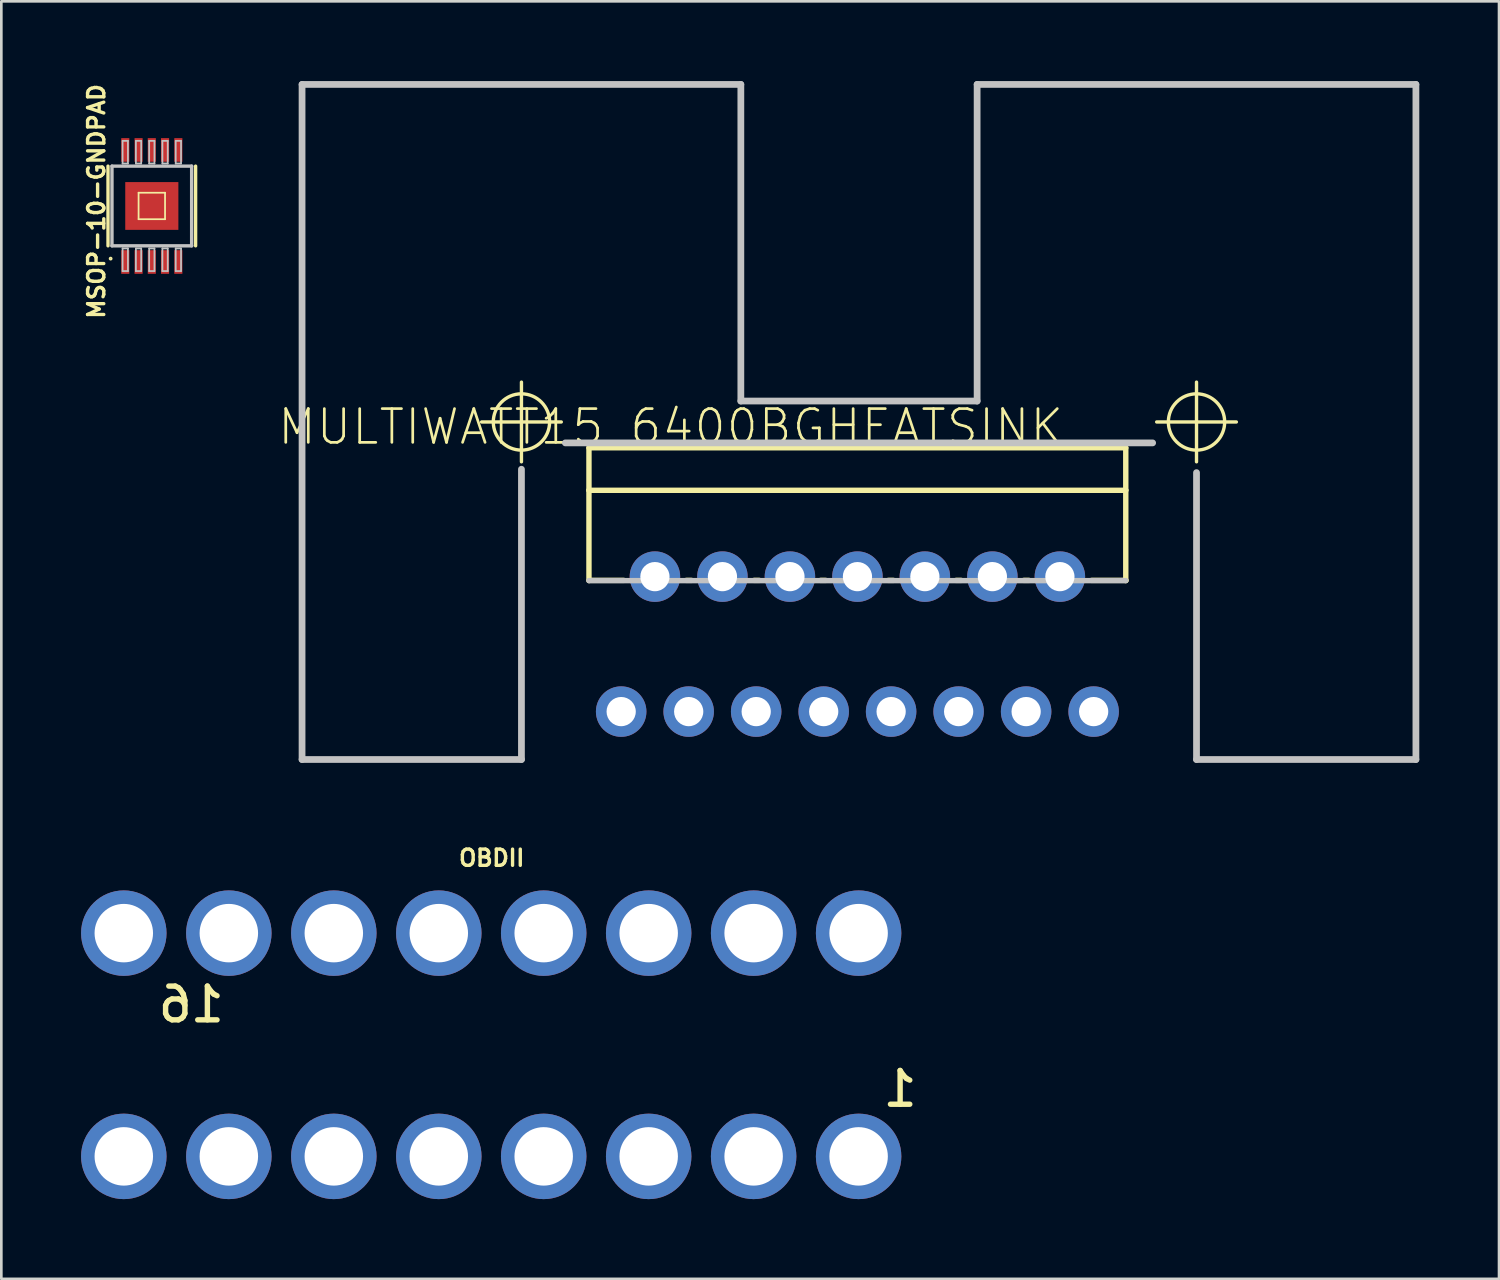
<source format=kicad_pcb>
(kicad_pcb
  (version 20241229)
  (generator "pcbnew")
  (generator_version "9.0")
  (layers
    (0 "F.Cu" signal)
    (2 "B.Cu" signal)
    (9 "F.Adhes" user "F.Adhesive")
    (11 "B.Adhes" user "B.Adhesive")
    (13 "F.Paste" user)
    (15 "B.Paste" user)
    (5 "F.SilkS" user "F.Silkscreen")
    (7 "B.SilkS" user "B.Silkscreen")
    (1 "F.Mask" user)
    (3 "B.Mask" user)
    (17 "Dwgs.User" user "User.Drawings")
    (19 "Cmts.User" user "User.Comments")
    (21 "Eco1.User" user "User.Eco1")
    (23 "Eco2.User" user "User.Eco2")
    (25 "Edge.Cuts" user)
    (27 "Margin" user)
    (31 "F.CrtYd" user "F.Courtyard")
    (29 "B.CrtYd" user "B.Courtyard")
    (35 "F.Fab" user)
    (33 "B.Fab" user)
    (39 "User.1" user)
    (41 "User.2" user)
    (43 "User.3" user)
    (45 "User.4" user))
  (footprint "MSOP-10-GNDPAD"
    (layer "F.Cu")
    (at 2.662 4.7)
    (property "Reference" "MSOP-10-GNDPAD" (at -2.083 -0.173 90) (layer "F.SilkS") (effects (font (size 0.61 0.61) (thickness 0.127))))
    (attr smd)
    (fp_line (start -1.648 -1.499) (end -1.648 1.499) (stroke (width 0.127) (type solid)) (layer "F.SilkS"))
    (fp_line (start -0.498 -0.498) (end 0.498 -0.498) (stroke (width 0.066) (type solid)) (layer "F.SilkS"))
    (fp_line (start -0.498 0.498) (end -0.498 -0.498) (stroke (width 0.066) (type solid)) (layer "F.SilkS"))
    (fp_line (start -0.498 0.498) (end 0.498 0.498) (stroke (width 0.066) (type solid)) (layer "F.SilkS"))
    (fp_line (start 0.498 0.498) (end 0.498 -0.498) (stroke (width 0.066) (type solid)) (layer "F.SilkS"))
    (fp_line (start 1.648 -1.499) (end 1.648 1.499) (stroke (width 0.127) (type solid)) (layer "F.SilkS"))
    (fp_circle (center -1.549 1.981) (end -1.577 2.009) (stroke (width 0.064) (type solid)) (fill no) (layer "F.SilkS"))
    (fp_line (start -1.499 -1.499) (end -1.499 1.499) (stroke (width 0.127) (type solid)) (layer "Dwgs.User"))
    (fp_line (start -1.499 1.499) (end 1.499 1.499) (stroke (width 0.127) (type solid)) (layer "Dwgs.User"))
    (fp_line (start -1.1 -2.449) (end -0.899 -2.449) (stroke (width 0.066) (type solid)) (layer "Dwgs.User"))
    (fp_line (start -1.1 -1.598) (end -1.1 -2.449) (stroke (width 0.066) (type solid)) (layer "Dwgs.User"))
    (fp_line (start -1.1 -1.598) (end -0.899 -1.598) (stroke (width 0.066) (type solid)) (layer "Dwgs.User"))
    (fp_line (start -1.1 1.598) (end -0.899 1.598) (stroke (width 0.066) (type solid)) (layer "Dwgs.User"))
    (fp_line (start -1.1 2.449) (end -1.1 1.598) (stroke (width 0.066) (type solid)) (layer "Dwgs.User"))
    (fp_line (start -1.1 2.449) (end -0.899 2.449) (stroke (width 0.066) (type solid)) (layer "Dwgs.User"))
    (fp_line (start -0.899 -1.598) (end -0.899 -2.449) (stroke (width 0.066) (type solid)) (layer "Dwgs.User"))
    (fp_line (start -0.899 2.449) (end -0.899 1.598) (stroke (width 0.066) (type solid)) (layer "Dwgs.User"))
    (fp_line (start -0.599 -2.449) (end -0.399 -2.449) (stroke (width 0.066) (type solid)) (layer "Dwgs.User"))
    (fp_line (start -0.599 -1.598) (end -0.599 -2.449) (stroke (width 0.066) (type solid)) (layer "Dwgs.User"))
    (fp_line (start -0.599 -1.598) (end -0.399 -1.598) (stroke (width 0.066) (type solid)) (layer "Dwgs.User"))
    (fp_line (start -0.599 1.598) (end -0.399 1.598) (stroke (width 0.066) (type solid)) (layer "Dwgs.User"))
    (fp_line (start -0.599 2.449) (end -0.599 1.598) (stroke (width 0.066) (type solid)) (layer "Dwgs.User"))
    (fp_line (start -0.599 2.449) (end -0.399 2.449) (stroke (width 0.066) (type solid)) (layer "Dwgs.User"))
    (fp_line (start -0.399 -1.598) (end -0.399 -2.449) (stroke (width 0.066) (type solid)) (layer "Dwgs.User"))
    (fp_line (start -0.399 2.449) (end -0.399 1.598) (stroke (width 0.066) (type solid)) (layer "Dwgs.User"))
    (fp_line (start -0.099 -2.449) (end 0.099 -2.449) (stroke (width 0.066) (type solid)) (layer "Dwgs.User"))
    (fp_line (start -0.099 -1.598) (end -0.099 -2.449) (stroke (width 0.066) (type solid)) (layer "Dwgs.User"))
    (fp_line (start -0.099 -1.598) (end 0.099 -1.598) (stroke (width 0.066) (type solid)) (layer "Dwgs.User"))
    (fp_line (start -0.099 1.598) (end 0.099 1.598) (stroke (width 0.066) (type solid)) (layer "Dwgs.User"))
    (fp_line (start -0.099 2.449) (end -0.099 1.598) (stroke (width 0.066) (type solid)) (layer "Dwgs.User"))
    (fp_line (start -0.099 2.449) (end 0.099 2.449) (stroke (width 0.066) (type solid)) (layer "Dwgs.User"))
    (fp_line (start 0.099 -1.598) (end 0.099 -2.449) (stroke (width 0.066) (type solid)) (layer "Dwgs.User"))
    (fp_line (start 0.099 2.449) (end 0.099 1.598) (stroke (width 0.066) (type solid)) (layer "Dwgs.User"))
    (fp_line (start 0.399 -2.449) (end 0.599 -2.449) (stroke (width 0.066) (type solid)) (layer "Dwgs.User"))
    (fp_line (start 0.399 -1.598) (end 0.399 -2.449) (stroke (width 0.066) (type solid)) (layer "Dwgs.User"))
    (fp_line (start 0.399 -1.598) (end 0.599 -1.598) (stroke (width 0.066) (type solid)) (layer "Dwgs.User"))
    (fp_line (start 0.399 1.598) (end 0.599 1.598) (stroke (width 0.066) (type solid)) (layer "Dwgs.User"))
    (fp_line (start 0.399 2.449) (end 0.399 1.598) (stroke (width 0.066) (type solid)) (layer "Dwgs.User"))
    (fp_line (start 0.399 2.449) (end 0.599 2.449) (stroke (width 0.066) (type solid)) (layer "Dwgs.User"))
    (fp_line (start 0.599 -1.598) (end 0.599 -2.449) (stroke (width 0.066) (type solid)) (layer "Dwgs.User"))
    (fp_line (start 0.599 2.449) (end 0.599 1.598) (stroke (width 0.066) (type solid)) (layer "Dwgs.User"))
    (fp_line (start 0.899 -2.449) (end 1.1 -2.449) (stroke (width 0.066) (type solid)) (layer "Dwgs.User"))
    (fp_line (start 0.899 -1.598) (end 0.899 -2.449) (stroke (width 0.066) (type solid)) (layer "Dwgs.User"))
    (fp_line (start 0.899 -1.598) (end 1.1 -1.598) (stroke (width 0.066) (type solid)) (layer "Dwgs.User"))
    (fp_line (start 0.899 1.598) (end 1.1 1.598) (stroke (width 0.066) (type solid)) (layer "Dwgs.User"))
    (fp_line (start 0.899 2.449) (end 0.899 1.598) (stroke (width 0.066) (type solid)) (layer "Dwgs.User"))
    (fp_line (start 0.899 2.449) (end 1.1 2.449) (stroke (width 0.066) (type solid)) (layer "Dwgs.User"))
    (fp_line (start 1.1 -1.598) (end 1.1 -2.449) (stroke (width 0.066) (type solid)) (layer "Dwgs.User"))
    (fp_line (start 1.1 2.449) (end 1.1 1.598) (stroke (width 0.066) (type solid)) (layer "Dwgs.User"))
    (fp_line (start 1.499 -1.499) (end -1.499 -1.499) (stroke (width 0.127) (type solid)) (layer "Dwgs.User"))
    (fp_line (start 1.499 1.499) (end 1.499 -1.499) (stroke (width 0.127) (type solid)) (layer "Dwgs.User"))
    (pad "1" smd rect (at -0.998 2.108) (size 0.305 0.889) (layers "F.Cu" "F.Mask" "F.Paste"))
    (pad "2" smd rect (at -0.498 2.108) (size 0.305 0.889) (layers "F.Cu" "F.Mask" "F.Paste"))
    (pad "3" smd rect (at 0 2.108) (size 0.305 0.889) (layers "F.Cu" "F.Mask" "F.Paste"))
    (pad "4" smd rect (at 0.498 2.108) (size 0.305 0.889) (layers "F.Cu" "F.Mask" "F.Paste"))
    (pad "5" smd rect (at 0.998 2.108) (size 0.305 0.889) (layers "F.Cu" "F.Mask" "F.Paste"))
    (pad "6" smd rect (at 0.998 -2.108) (size 0.305 0.889) (layers "F.Cu" "F.Mask" "F.Paste"))
    (pad "7" smd rect (at 0.498 -2.108) (size 0.305 0.889) (layers "F.Cu" "F.Mask" "F.Paste"))
    (pad "8" smd rect (at 0 -2.108) (size 0.305 0.889) (layers "F.Cu" "F.Mask" "F.Paste"))
    (pad "9" smd rect (at -0.498 -2.108) (size 0.305 0.889) (layers "F.Cu" "F.Mask" "F.Paste"))
    (pad "10" smd rect (at -0.998 -2.108) (size 0.305 0.889) (layers "F.Cu" "F.Mask" "F.Paste"))
    (pad "GND" smd rect (at 0 0 180) (size 1.999 1.798) (layers "F.Cu" "F.Mask" "F.Paste")))
  (footprint "MULTIWATT15_6400BGHEATSINK"
    (layer "F.Cu")
    (at 29.27 21.336)
    (property "Reference" "MULTIWATT15_6400BGHEATSINK" (at -7.084 -8.324 0) (layer "F.SilkS") (effects (font (size 1.27 1.27) (thickness 0.102))))
    (attr exclude_from_pos_files exclude_from_bom)
    (fp_line (start -14.199 -8.509) (end -11.201 -8.509) (stroke (width 0.127) (type solid)) (layer "F.SilkS"))
    (fp_line (start -12.7 -7.01) (end -12.7 -10.008) (stroke (width 0.127) (type solid)) (layer "F.SilkS"))
    (fp_line (start -10.16 -7.539) (end 10.038 -7.539) (stroke (width 0.203) (type solid)) (layer "F.SilkS"))
    (fp_line (start -10.16 -5.939) (end -10.16 -7.539) (stroke (width 0.203) (type solid)) (layer "F.SilkS"))
    (fp_line (start -10.16 -5.939) (end 10.038 -5.939) (stroke (width 0.203) (type solid)) (layer "F.SilkS"))
    (fp_line (start -10.16 -2.54) (end -10.16 -5.939) (stroke (width 0.203) (type solid)) (layer "F.SilkS"))
    (fp_line (start -10.15 -2.548) (end -8.849 -2.548) (stroke (width 0.203) (type solid)) (layer "F.SilkS"))
    (fp_line (start -6.5 -2.548) (end -6.299 -2.548) (stroke (width 0.203) (type solid)) (layer "F.SilkS"))
    (fp_line (start -3.95 -2.548) (end -3.749 -2.548) (stroke (width 0.203) (type solid)) (layer "F.SilkS"))
    (fp_line (start -1.448 -2.548) (end -1.25 -2.548) (stroke (width 0.203) (type solid)) (layer "F.SilkS"))
    (fp_line (start 1.1 -2.548) (end 1.298 -2.548) (stroke (width 0.203) (type solid)) (layer "F.SilkS"))
    (fp_line (start 3.65 -2.548) (end 3.848 -2.548) (stroke (width 0.203) (type solid)) (layer "F.SilkS"))
    (fp_line (start 6.198 -2.548) (end 6.398 -2.548) (stroke (width 0.203) (type solid)) (layer "F.SilkS"))
    (fp_line (start 10.038 -7.539) (end 10.038 -5.939) (stroke (width 0.203) (type solid)) (layer "F.SilkS"))
    (fp_line (start 10.038 -5.939) (end 10.038 -2.54) (stroke (width 0.203) (type solid)) (layer "F.SilkS"))
    (fp_line (start 10.048 -2.548) (end 8.748 -2.548) (stroke (width 0.203) (type solid)) (layer "F.SilkS"))
    (fp_line (start 11.201 -8.509) (end 14.199 -8.509) (stroke (width 0.127) (type solid)) (layer "F.SilkS"))
    (fp_line (start 12.7 -7.01) (end 12.7 -10.008) (stroke (width 0.127) (type solid)) (layer "F.SilkS"))
    (fp_circle (center -12.7 -8.509) (end -13.449 -9.258) (stroke (width 0.127) (type solid)) (fill no) (layer "F.SilkS"))
    (fp_circle (center 12.7 -8.509) (end 13.449 -9.258) (stroke (width 0.127) (type solid)) (fill no) (layer "F.SilkS"))
    (fp_line (start -20.955 -21.209) (end -4.445 -21.209) (stroke (width 0.254) (type solid)) (layer "Dwgs.User"))
    (fp_line (start -20.955 4.191) (end -20.955 -21.209) (stroke (width 0.254) (type solid)) (layer "Dwgs.User"))
    (fp_line (start -12.7 -6.731) (end -12.7 4.191) (stroke (width 0.254) (type solid)) (layer "Dwgs.User"))
    (fp_line (start -12.7 4.191) (end -20.955 4.191) (stroke (width 0.254) (type solid)) (layer "Dwgs.User"))
    (fp_line (start -11.049 -7.722) (end 11.049 -7.722) (stroke (width 0.254) (type solid)) (layer "Dwgs.User"))
    (fp_line (start -4.445 -21.209) (end -4.445 -9.296) (stroke (width 0.254) (type solid)) (layer "Dwgs.User"))
    (fp_line (start -4.445 -9.296) (end 4.445 -9.296) (stroke (width 0.254) (type solid)) (layer "Dwgs.User"))
    (fp_line (start 4.445 -21.209) (end 20.955 -21.209) (stroke (width 0.254) (type solid)) (layer "Dwgs.User"))
    (fp_line (start 4.445 -9.296) (end 4.445 -21.209) (stroke (width 0.254) (type solid)) (layer "Dwgs.User"))
    (fp_line (start 10.038 -2.54) (end -10.16 -2.54) (stroke (width 0.203) (type solid)) (layer "Dwgs.User"))
    (fp_line (start 12.7 -6.604) (end 12.7 4.191) (stroke (width 0.254) (type solid)) (layer "Dwgs.User"))
    (fp_line (start 12.7 4.191) (end 20.955 4.191) (stroke (width 0.254) (type solid)) (layer "Dwgs.User"))
    (fp_line (start 20.955 4.191) (end 20.955 -21.209) (stroke (width 0.254) (type solid)) (layer "Dwgs.User"))
    (pad "1" thru_hole circle (at -8.948 2.388) (size 1.9 1.9) (drill 1.1) (layers "*.Cu" "*.Paste" "*.Mask"))
    (pad "2" thru_hole circle (at -7.678 -2.69) (size 1.9 1.9) (drill 1.1) (layers "*.Cu" "*.Paste" "*.Mask"))
    (pad "3" thru_hole circle (at -6.408 2.388) (size 1.9 1.9) (drill 1.1) (layers "*.Cu" "*.Paste" "*.Mask"))
    (pad "4" thru_hole circle (at -5.138 -2.69) (size 1.9 1.9) (drill 1.1) (layers "*.Cu" "*.Paste" "*.Mask"))
    (pad "5" thru_hole circle (at -3.868 2.388) (size 1.9 1.9) (drill 1.1) (layers "*.Cu" "*.Paste" "*.Mask"))
    (pad "6" thru_hole circle (at -2.598 -2.69) (size 1.9 1.9) (drill 1.1) (layers "*.Cu" "*.Paste" "*.Mask"))
    (pad "7" thru_hole circle (at -1.328 2.388) (size 1.9 1.9) (drill 1.1) (layers "*.Cu" "*.Paste" "*.Mask"))
    (pad "8" thru_hole circle (at -0.058 -2.69) (size 1.9 1.9) (drill 1.1) (layers "*.Cu" "*.Paste" "*.Mask"))
    (pad "9" thru_hole circle (at 1.209 2.388) (size 1.9 1.9) (drill 1.1) (layers "*.Cu" "*.Paste" "*.Mask"))
    (pad "10" thru_hole circle (at 2.479 -2.69) (size 1.9 1.9) (drill 1.1) (layers "*.Cu" "*.Paste" "*.Mask"))
    (pad "11" thru_hole circle (at 3.749 2.388) (size 1.9 1.9) (drill 1.1) (layers "*.Cu" "*.Paste" "*.Mask"))
    (pad "12" thru_hole circle (at 5.019 -2.69) (size 1.9 1.9) (drill 1.1) (layers "*.Cu" "*.Paste" "*.Mask"))
    (pad "13" thru_hole circle (at 6.289 2.388) (size 1.9 1.9) (drill 1.1) (layers "*.Cu" "*.Paste" "*.Mask"))
    (pad "14" thru_hole circle (at 7.559 -2.69) (size 1.9 1.9) (drill 1.1) (layers "*.Cu" "*.Paste" "*.Mask"))
    (pad "15" thru_hole circle (at 8.829 2.388) (size 1.9 1.9) (drill 1.1) (layers "*.Cu" "*.Paste" "*.Mask")))
  (footprint "OBDII"
    (layer "F.Cu")
    (at 15.578 36.65)
    (property "Reference" "OBDII" (at -0.127 -7.417 0) (layer "F.SilkS") (effects (font (size 0.61 0.61) (thickness 0.127))))
    (attr exclude_from_pos_files exclude_from_bom)
    (fp_text user "1" (at 15.24 1.27 0) (layer "F.SilkS") (effects (font (size 1.27 1.27) (thickness 0.203)) (justify mirror)))
    (fp_text user "16" (at -11.43 -1.905 0) (layer "F.SilkS") (effects (font (size 1.27 1.27) (thickness 0.203)) (justify mirror)))
    (pad "1" thru_hole circle (at 13.678 3.81) (size 3.216 3.216) (drill 2.2) (layers "*.Cu" "*.Paste" "*.Mask"))
    (pad "2" thru_hole circle (at 9.728 3.81) (size 3.216 3.216) (drill 2.2) (layers "*.Cu" "*.Paste" "*.Mask"))
    (pad "3" thru_hole circle (at 5.779 3.81) (size 3.216 3.216) (drill 2.2) (layers "*.Cu" "*.Paste" "*.Mask"))
    (pad "4" thru_hole circle (at 1.829 3.81) (size 3.216 3.216) (drill 2.2) (layers "*.Cu" "*.Paste" "*.Mask"))
    (pad "5" thru_hole circle (at -2.118 3.81) (size 3.216 3.216) (drill 2.2) (layers "*.Cu" "*.Paste" "*.Mask"))
    (pad "6" thru_hole circle (at -6.068 3.81) (size 3.216 3.216) (drill 2.2) (layers "*.Cu" "*.Paste" "*.Mask"))
    (pad "7" thru_hole circle (at -10.018 3.81) (size 3.216 3.216) (drill 2.2) (layers "*.Cu" "*.Paste" "*.Mask"))
    (pad "8" thru_hole circle (at -13.97 3.81) (size 3.216 3.216) (drill 2.2) (layers "*.Cu" "*.Paste" "*.Mask"))
    (pad "9" thru_hole circle (at 13.678 -4.59) (size 3.216 3.216) (drill 2.2) (layers "*.Cu" "*.Paste" "*.Mask"))
    (pad "10" thru_hole circle (at 9.728 -4.59) (size 3.216 3.216) (drill 2.2) (layers "*.Cu" "*.Paste" "*.Mask"))
    (pad "11" thru_hole circle (at 5.779 -4.59) (size 3.216 3.216) (drill 2.2) (layers "*.Cu" "*.Paste" "*.Mask"))
    (pad "12" thru_hole circle (at 1.829 -4.59) (size 3.216 3.216) (drill 2.2) (layers "*.Cu" "*.Paste" "*.Mask"))
    (pad "13" thru_hole circle (at -2.118 -4.59) (size 3.216 3.216) (drill 2.2) (layers "*.Cu" "*.Paste" "*.Mask"))
    (pad "14" thru_hole circle (at -6.068 -4.59) (size 3.216 3.216) (drill 2.2) (layers "*.Cu" "*.Paste" "*.Mask"))
    (pad "15" thru_hole circle (at -10.018 -4.59) (size 3.216 3.216) (drill 2.2) (layers "*.Cu" "*.Paste" "*.Mask"))
    (pad "16" thru_hole circle (at -13.97 -4.59) (size 3.216 3.216) (drill 2.2) (layers "*.Cu" "*.Paste" "*.Mask")))
  (gr_rect
    (start -3 -3)
    (end 53.352 45.068)
    (stroke (width 0.1) (type default))
    (fill no)
    (layer "Edge.Cuts")))
</source>
